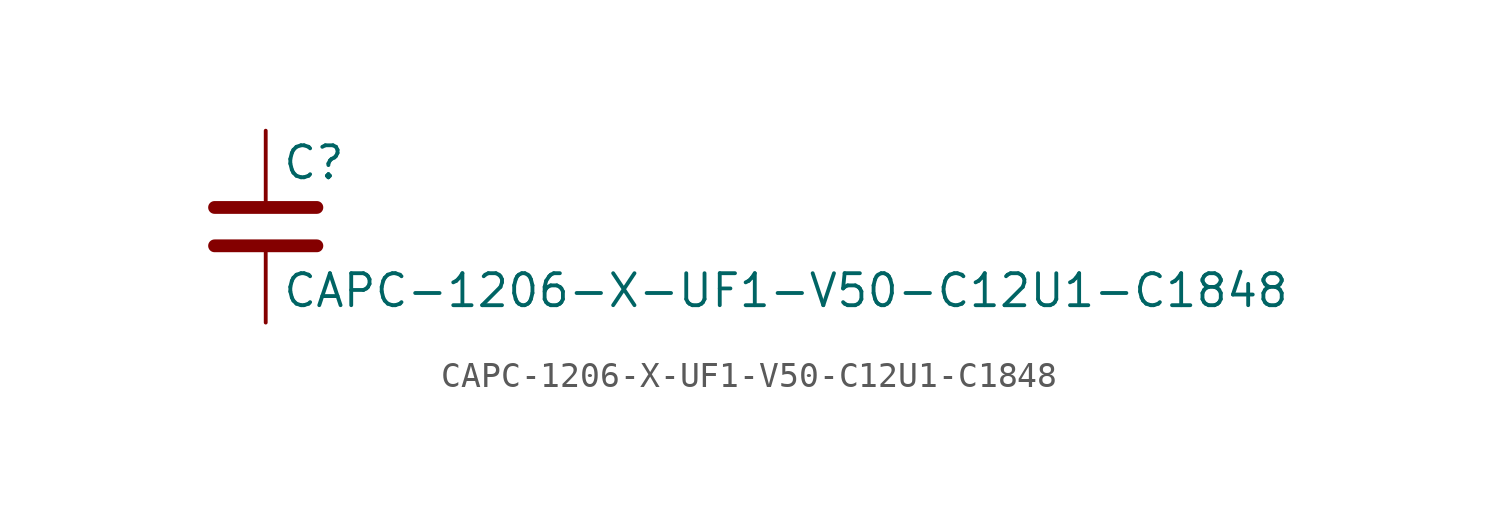
<source format=kicad_sym>
(kicad_symbol_lib
  (version 20211014)
  (generator kicad_symbol_editor)
  (symbol "CAPC-1206-X-UF1-V50-C12U1-C1848"
    (pin_numbers hide)
    (pin_names
      (offset 0.254))
    (property "Reference" "C"
      (at 0.635 2.54 0)
      (effects (font (size 1.27 1.27)) (justify left)))
    (property "Value" "CAPC-1206-X-UF1-V50-C12U1-C1848"
      (at 0.635 -2.54 0)
      (effects (font (size 1.27 1.27)) (justify left)))
    (symbol "CAPC-1206-X-UF1-V50-C12U1-C1848_0_1"
      (polyline (pts (xy -2.032 -0.762) (xy 2.032 -0.762)) (stroke (width 0.508) (type default) (color 0 0 0 0)) (fill (type none)))
      (polyline (pts (xy -2.032 0.762) (xy 2.032 0.762)) (stroke (width 0.508) (type default) (color 0 0 0 0)) (fill (type none))))
    (symbol "CAPC-1206-X-UF1-V50-C12U1-C1848_1_1"
      (pin passive line (at 0 3.81 270) (length 2.794) (name "~" (effects (font (size 1.27 1.27)))) (number "1" (effects (font (size 1.27 1.27)))))
      (pin passive line (at 0 -3.81 90) (length 2.794) (name "~" (effects (font (size 1.27 1.27)))) (number "2" (effects (font (size 1.27 1.27))))))))
</source>
